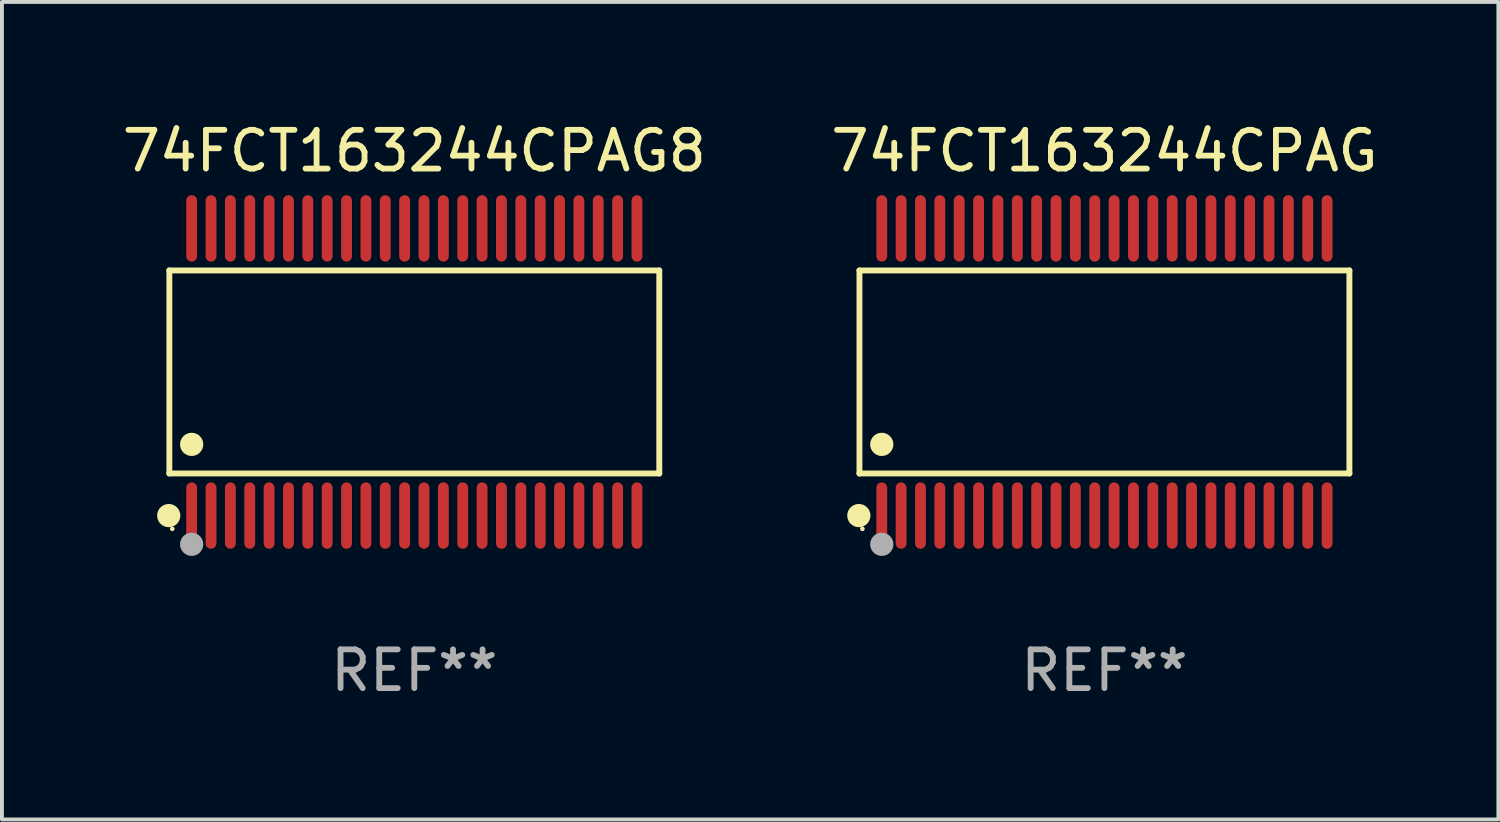
<source format=kicad_pcb>
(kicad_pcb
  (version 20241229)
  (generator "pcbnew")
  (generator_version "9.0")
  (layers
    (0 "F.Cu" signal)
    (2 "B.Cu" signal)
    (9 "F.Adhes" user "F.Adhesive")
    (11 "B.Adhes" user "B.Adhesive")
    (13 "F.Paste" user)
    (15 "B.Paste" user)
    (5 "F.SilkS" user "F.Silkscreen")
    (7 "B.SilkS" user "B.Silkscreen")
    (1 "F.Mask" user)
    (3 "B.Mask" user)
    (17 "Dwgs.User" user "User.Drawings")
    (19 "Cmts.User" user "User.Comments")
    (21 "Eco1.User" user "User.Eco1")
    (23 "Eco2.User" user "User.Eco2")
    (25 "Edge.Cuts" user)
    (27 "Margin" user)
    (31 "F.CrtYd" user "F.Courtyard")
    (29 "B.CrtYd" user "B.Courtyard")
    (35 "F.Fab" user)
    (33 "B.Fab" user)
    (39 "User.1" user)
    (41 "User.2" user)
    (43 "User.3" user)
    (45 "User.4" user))
  (footprint "74FCT163244CPAG8"
    (layer "F.Cu")
    (at 7.649 6.556)
    (property "Reference" "74FCT163244CPAG8" (at 0 -5.708 0) (layer "F.SilkS") (effects (font (size 1 1) (thickness 0.15))))
    (attr through_hole)
    (fp_line (start -6.326 -2.622) (end 6.326 -2.622) (stroke (width 0.152) (type solid)) (layer "F.SilkS"))
    (fp_line (start -6.326 2.621) (end -6.326 -2.622) (stroke (width 0.152) (type solid)) (layer "F.SilkS"))
    (fp_line (start 6.326 -2.622) (end 6.326 2.621) (stroke (width 0.152) (type solid)) (layer "F.SilkS"))
    (fp_line (start 6.326 2.621) (end -6.326 2.621) (stroke (width 0.152) (type solid)) (layer "F.SilkS"))
    (fp_circle (center -6.342 3.708) (end -6.192 3.708) (stroke (width 0.3) (type solid)) (fill no) (layer "F.SilkS"))
    (fp_circle (center -6.25 4.05) (end -6.22 4.05) (stroke (width 0.06) (type solid)) (fill no) (layer "F.SilkS"))
    (fp_circle (center -5.75 1.869) (end -5.6 1.869) (stroke (width 0.3) (type solid)) (fill no) (layer "F.SilkS"))
    (fp_circle (center -5.75 4.45) (end -5.6 4.45) (stroke (width 0.3) (type solid)) (fill no) (layer "F.Fab"))
    (fp_text user "REF**" (at 0 7.708 0) (layer "F.Fab") (effects (font (size 1 1) (thickness 0.15))))
    (pad "1" smd oval (at -5.75 3.708) (size 0.28 1.715) (layers "F.Cu" "F.Mask" "F.Paste"))
    (pad "2" smd oval (at -5.25 3.708) (size 0.28 1.715) (layers "F.Cu" "F.Mask" "F.Paste"))
    (pad "3" smd oval (at -4.75 3.708) (size 0.28 1.715) (layers "F.Cu" "F.Mask" "F.Paste"))
    (pad "4" smd oval (at -4.25 3.708) (size 0.28 1.715) (layers "F.Cu" "F.Mask" "F.Paste"))
    (pad "5" smd oval (at -3.75 3.708) (size 0.28 1.715) (layers "F.Cu" "F.Mask" "F.Paste"))
    (pad "6" smd oval (at -3.25 3.708) (size 0.28 1.715) (layers "F.Cu" "F.Mask" "F.Paste"))
    (pad "7" smd oval (at -2.75 3.708) (size 0.28 1.715) (layers "F.Cu" "F.Mask" "F.Paste"))
    (pad "8" smd oval (at -2.25 3.708) (size 0.28 1.715) (layers "F.Cu" "F.Mask" "F.Paste"))
    (pad "9" smd oval (at -1.75 3.708) (size 0.28 1.715) (layers "F.Cu" "F.Mask" "F.Paste"))
    (pad "10" smd oval (at -1.25 3.708) (size 0.28 1.715) (layers "F.Cu" "F.Mask" "F.Paste"))
    (pad "11" smd oval (at -0.75 3.708) (size 0.28 1.715) (layers "F.Cu" "F.Mask" "F.Paste"))
    (pad "12" smd oval (at -0.25 3.708) (size 0.28 1.715) (layers "F.Cu" "F.Mask" "F.Paste"))
    (pad "13" smd oval (at 0.25 3.708) (size 0.28 1.715) (layers "F.Cu" "F.Mask" "F.Paste"))
    (pad "14" smd oval (at 0.75 3.708) (size 0.28 1.715) (layers "F.Cu" "F.Mask" "F.Paste"))
    (pad "15" smd oval (at 1.25 3.708) (size 0.28 1.715) (layers "F.Cu" "F.Mask" "F.Paste"))
    (pad "16" smd oval (at 1.75 3.708) (size 0.28 1.715) (layers "F.Cu" "F.Mask" "F.Paste"))
    (pad "17" smd oval (at 2.25 3.708) (size 0.28 1.715) (layers "F.Cu" "F.Mask" "F.Paste"))
    (pad "18" smd oval (at 2.75 3.708) (size 0.28 1.715) (layers "F.Cu" "F.Mask" "F.Paste"))
    (pad "19" smd oval (at 3.25 3.708) (size 0.28 1.715) (layers "F.Cu" "F.Mask" "F.Paste"))
    (pad "20" smd oval (at 3.75 3.708) (size 0.28 1.715) (layers "F.Cu" "F.Mask" "F.Paste"))
    (pad "21" smd oval (at 4.25 3.708) (size 0.28 1.715) (layers "F.Cu" "F.Mask" "F.Paste"))
    (pad "22" smd oval (at 4.75 3.708) (size 0.28 1.715) (layers "F.Cu" "F.Mask" "F.Paste"))
    (pad "23" smd oval (at 5.25 3.708) (size 0.28 1.715) (layers "F.Cu" "F.Mask" "F.Paste"))
    (pad "24" smd oval (at 5.75 3.708) (size 0.28 1.715) (layers "F.Cu" "F.Mask" "F.Paste"))
    (pad "25" smd oval (at 5.75 -3.708) (size 0.28 1.715) (layers "F.Cu" "F.Mask" "F.Paste"))
    (pad "26" smd oval (at 5.25 -3.708) (size 0.28 1.715) (layers "F.Cu" "F.Mask" "F.Paste"))
    (pad "27" smd oval (at 4.75 -3.708) (size 0.28 1.715) (layers "F.Cu" "F.Mask" "F.Paste"))
    (pad "28" smd oval (at 4.25 -3.708) (size 0.28 1.715) (layers "F.Cu" "F.Mask" "F.Paste"))
    (pad "29" smd oval (at 3.75 -3.708) (size 0.28 1.715) (layers "F.Cu" "F.Mask" "F.Paste"))
    (pad "30" smd oval (at 3.25 -3.708) (size 0.28 1.715) (layers "F.Cu" "F.Mask" "F.Paste"))
    (pad "31" smd oval (at 2.75 -3.708) (size 0.28 1.715) (layers "F.Cu" "F.Mask" "F.Paste"))
    (pad "32" smd oval (at 2.25 -3.708) (size 0.28 1.715) (layers "F.Cu" "F.Mask" "F.Paste"))
    (pad "33" smd oval (at 1.75 -3.708) (size 0.28 1.715) (layers "F.Cu" "F.Mask" "F.Paste"))
    (pad "34" smd oval (at 1.25 -3.708) (size 0.28 1.715) (layers "F.Cu" "F.Mask" "F.Paste"))
    (pad "35" smd oval (at 0.75 -3.708) (size 0.28 1.715) (layers "F.Cu" "F.Mask" "F.Paste"))
    (pad "36" smd oval (at 0.25 -3.708) (size 0.28 1.715) (layers "F.Cu" "F.Mask" "F.Paste"))
    (pad "37" smd oval (at -0.25 -3.708) (size 0.28 1.715) (layers "F.Cu" "F.Mask" "F.Paste"))
    (pad "38" smd oval (at -0.75 -3.708) (size 0.28 1.715) (layers "F.Cu" "F.Mask" "F.Paste"))
    (pad "39" smd oval (at -1.25 -3.708) (size 0.28 1.715) (layers "F.Cu" "F.Mask" "F.Paste"))
    (pad "40" smd oval (at -1.75 -3.708) (size 0.28 1.715) (layers "F.Cu" "F.Mask" "F.Paste"))
    (pad "41" smd oval (at -2.25 -3.708) (size 0.28 1.715) (layers "F.Cu" "F.Mask" "F.Paste"))
    (pad "42" smd oval (at -2.75 -3.708) (size 0.28 1.715) (layers "F.Cu" "F.Mask" "F.Paste"))
    (pad "43" smd oval (at -3.25 -3.708) (size 0.28 1.715) (layers "F.Cu" "F.Mask" "F.Paste"))
    (pad "44" smd oval (at -3.75 -3.708) (size 0.28 1.715) (layers "F.Cu" "F.Mask" "F.Paste"))
    (pad "45" smd oval (at -4.25 -3.708) (size 0.28 1.715) (layers "F.Cu" "F.Mask" "F.Paste"))
    (pad "46" smd oval (at -4.75 -3.708) (size 0.28 1.715) (layers "F.Cu" "F.Mask" "F.Paste"))
    (pad "47" smd oval (at -5.25 -3.708) (size 0.28 1.715) (layers "F.Cu" "F.Mask" "F.Paste"))
    (pad "48" smd oval (at -5.75 -3.708) (size 0.28 1.715) (layers "F.Cu" "F.Mask" "F.Paste")))
  (footprint "74FCT163244CPAG"
    (layer "F.Cu")
    (at 25.47 6.556)
    (property "Reference" "74FCT163244CPAG" (at 0 -5.708 0) (layer "F.SilkS") (effects (font (size 1 1) (thickness 0.15))))
    (attr through_hole)
    (fp_line (start -6.326 -2.622) (end 6.326 -2.622) (stroke (width 0.152) (type solid)) (layer "F.SilkS"))
    (fp_line (start -6.326 2.621) (end -6.326 -2.622) (stroke (width 0.152) (type solid)) (layer "F.SilkS"))
    (fp_line (start 6.326 -2.622) (end 6.326 2.621) (stroke (width 0.152) (type solid)) (layer "F.SilkS"))
    (fp_line (start 6.326 2.621) (end -6.326 2.621) (stroke (width 0.152) (type solid)) (layer "F.SilkS"))
    (fp_circle (center -6.342 3.708) (end -6.192 3.708) (stroke (width 0.3) (type solid)) (fill no) (layer "F.SilkS"))
    (fp_circle (center -6.25 4.05) (end -6.22 4.05) (stroke (width 0.06) (type solid)) (fill no) (layer "F.SilkS"))
    (fp_circle (center -5.75 1.869) (end -5.6 1.869) (stroke (width 0.3) (type solid)) (fill no) (layer "F.SilkS"))
    (fp_circle (center -5.75 4.45) (end -5.6 4.45) (stroke (width 0.3) (type solid)) (fill no) (layer "F.Fab"))
    (fp_text user "REF**" (at 0 7.708 0) (layer "F.Fab") (effects (font (size 1 1) (thickness 0.15))))
    (pad "1" smd oval (at -5.75 3.708) (size 0.28 1.715) (layers "F.Cu" "F.Mask" "F.Paste"))
    (pad "2" smd oval (at -5.25 3.708) (size 0.28 1.715) (layers "F.Cu" "F.Mask" "F.Paste"))
    (pad "3" smd oval (at -4.75 3.708) (size 0.28 1.715) (layers "F.Cu" "F.Mask" "F.Paste"))
    (pad "4" smd oval (at -4.25 3.708) (size 0.28 1.715) (layers "F.Cu" "F.Mask" "F.Paste"))
    (pad "5" smd oval (at -3.75 3.708) (size 0.28 1.715) (layers "F.Cu" "F.Mask" "F.Paste"))
    (pad "6" smd oval (at -3.25 3.708) (size 0.28 1.715) (layers "F.Cu" "F.Mask" "F.Paste"))
    (pad "7" smd oval (at -2.75 3.708) (size 0.28 1.715) (layers "F.Cu" "F.Mask" "F.Paste"))
    (pad "8" smd oval (at -2.25 3.708) (size 0.28 1.715) (layers "F.Cu" "F.Mask" "F.Paste"))
    (pad "9" smd oval (at -1.75 3.708) (size 0.28 1.715) (layers "F.Cu" "F.Mask" "F.Paste"))
    (pad "10" smd oval (at -1.25 3.708) (size 0.28 1.715) (layers "F.Cu" "F.Mask" "F.Paste"))
    (pad "11" smd oval (at -0.75 3.708) (size 0.28 1.715) (layers "F.Cu" "F.Mask" "F.Paste"))
    (pad "12" smd oval (at -0.25 3.708) (size 0.28 1.715) (layers "F.Cu" "F.Mask" "F.Paste"))
    (pad "13" smd oval (at 0.25 3.708) (size 0.28 1.715) (layers "F.Cu" "F.Mask" "F.Paste"))
    (pad "14" smd oval (at 0.75 3.708) (size 0.28 1.715) (layers "F.Cu" "F.Mask" "F.Paste"))
    (pad "15" smd oval (at 1.25 3.708) (size 0.28 1.715) (layers "F.Cu" "F.Mask" "F.Paste"))
    (pad "16" smd oval (at 1.75 3.708) (size 0.28 1.715) (layers "F.Cu" "F.Mask" "F.Paste"))
    (pad "17" smd oval (at 2.25 3.708) (size 0.28 1.715) (layers "F.Cu" "F.Mask" "F.Paste"))
    (pad "18" smd oval (at 2.75 3.708) (size 0.28 1.715) (layers "F.Cu" "F.Mask" "F.Paste"))
    (pad "19" smd oval (at 3.25 3.708) (size 0.28 1.715) (layers "F.Cu" "F.Mask" "F.Paste"))
    (pad "20" smd oval (at 3.75 3.708) (size 0.28 1.715) (layers "F.Cu" "F.Mask" "F.Paste"))
    (pad "21" smd oval (at 4.25 3.708) (size 0.28 1.715) (layers "F.Cu" "F.Mask" "F.Paste"))
    (pad "22" smd oval (at 4.75 3.708) (size 0.28 1.715) (layers "F.Cu" "F.Mask" "F.Paste"))
    (pad "23" smd oval (at 5.25 3.708) (size 0.28 1.715) (layers "F.Cu" "F.Mask" "F.Paste"))
    (pad "24" smd oval (at 5.75 3.708) (size 0.28 1.715) (layers "F.Cu" "F.Mask" "F.Paste"))
    (pad "25" smd oval (at 5.75 -3.708) (size 0.28 1.715) (layers "F.Cu" "F.Mask" "F.Paste"))
    (pad "26" smd oval (at 5.25 -3.708) (size 0.28 1.715) (layers "F.Cu" "F.Mask" "F.Paste"))
    (pad "27" smd oval (at 4.75 -3.708) (size 0.28 1.715) (layers "F.Cu" "F.Mask" "F.Paste"))
    (pad "28" smd oval (at 4.25 -3.708) (size 0.28 1.715) (layers "F.Cu" "F.Mask" "F.Paste"))
    (pad "29" smd oval (at 3.75 -3.708) (size 0.28 1.715) (layers "F.Cu" "F.Mask" "F.Paste"))
    (pad "30" smd oval (at 3.25 -3.708) (size 0.28 1.715) (layers "F.Cu" "F.Mask" "F.Paste"))
    (pad "31" smd oval (at 2.75 -3.708) (size 0.28 1.715) (layers "F.Cu" "F.Mask" "F.Paste"))
    (pad "32" smd oval (at 2.25 -3.708) (size 0.28 1.715) (layers "F.Cu" "F.Mask" "F.Paste"))
    (pad "33" smd oval (at 1.75 -3.708) (size 0.28 1.715) (layers "F.Cu" "F.Mask" "F.Paste"))
    (pad "34" smd oval (at 1.25 -3.708) (size 0.28 1.715) (layers "F.Cu" "F.Mask" "F.Paste"))
    (pad "35" smd oval (at 0.75 -3.708) (size 0.28 1.715) (layers "F.Cu" "F.Mask" "F.Paste"))
    (pad "36" smd oval (at 0.25 -3.708) (size 0.28 1.715) (layers "F.Cu" "F.Mask" "F.Paste"))
    (pad "37" smd oval (at -0.25 -3.708) (size 0.28 1.715) (layers "F.Cu" "F.Mask" "F.Paste"))
    (pad "38" smd oval (at -0.75 -3.708) (size 0.28 1.715) (layers "F.Cu" "F.Mask" "F.Paste"))
    (pad "39" smd oval (at -1.25 -3.708) (size 0.28 1.715) (layers "F.Cu" "F.Mask" "F.Paste"))
    (pad "40" smd oval (at -1.75 -3.708) (size 0.28 1.715) (layers "F.Cu" "F.Mask" "F.Paste"))
    (pad "41" smd oval (at -2.25 -3.708) (size 0.28 1.715) (layers "F.Cu" "F.Mask" "F.Paste"))
    (pad "42" smd oval (at -2.75 -3.708) (size 0.28 1.715) (layers "F.Cu" "F.Mask" "F.Paste"))
    (pad "43" smd oval (at -3.25 -3.708) (size 0.28 1.715) (layers "F.Cu" "F.Mask" "F.Paste"))
    (pad "44" smd oval (at -3.75 -3.708) (size 0.28 1.715) (layers "F.Cu" "F.Mask" "F.Paste"))
    (pad "45" smd oval (at -4.25 -3.708) (size 0.28 1.715) (layers "F.Cu" "F.Mask" "F.Paste"))
    (pad "46" smd oval (at -4.75 -3.708) (size 0.28 1.715) (layers "F.Cu" "F.Mask" "F.Paste"))
    (pad "47" smd oval (at -5.25 -3.708) (size 0.28 1.715) (layers "F.Cu" "F.Mask" "F.Paste"))
    (pad "48" smd oval (at -5.75 -3.708) (size 0.28 1.715) (layers "F.Cu" "F.Mask" "F.Paste")))
  (gr_rect
    (start -3 -3)
    (end 35.643 18.112)
    (stroke (width 0.1) (type default))
    (fill no)
    (layer "Edge.Cuts")))
</source>
